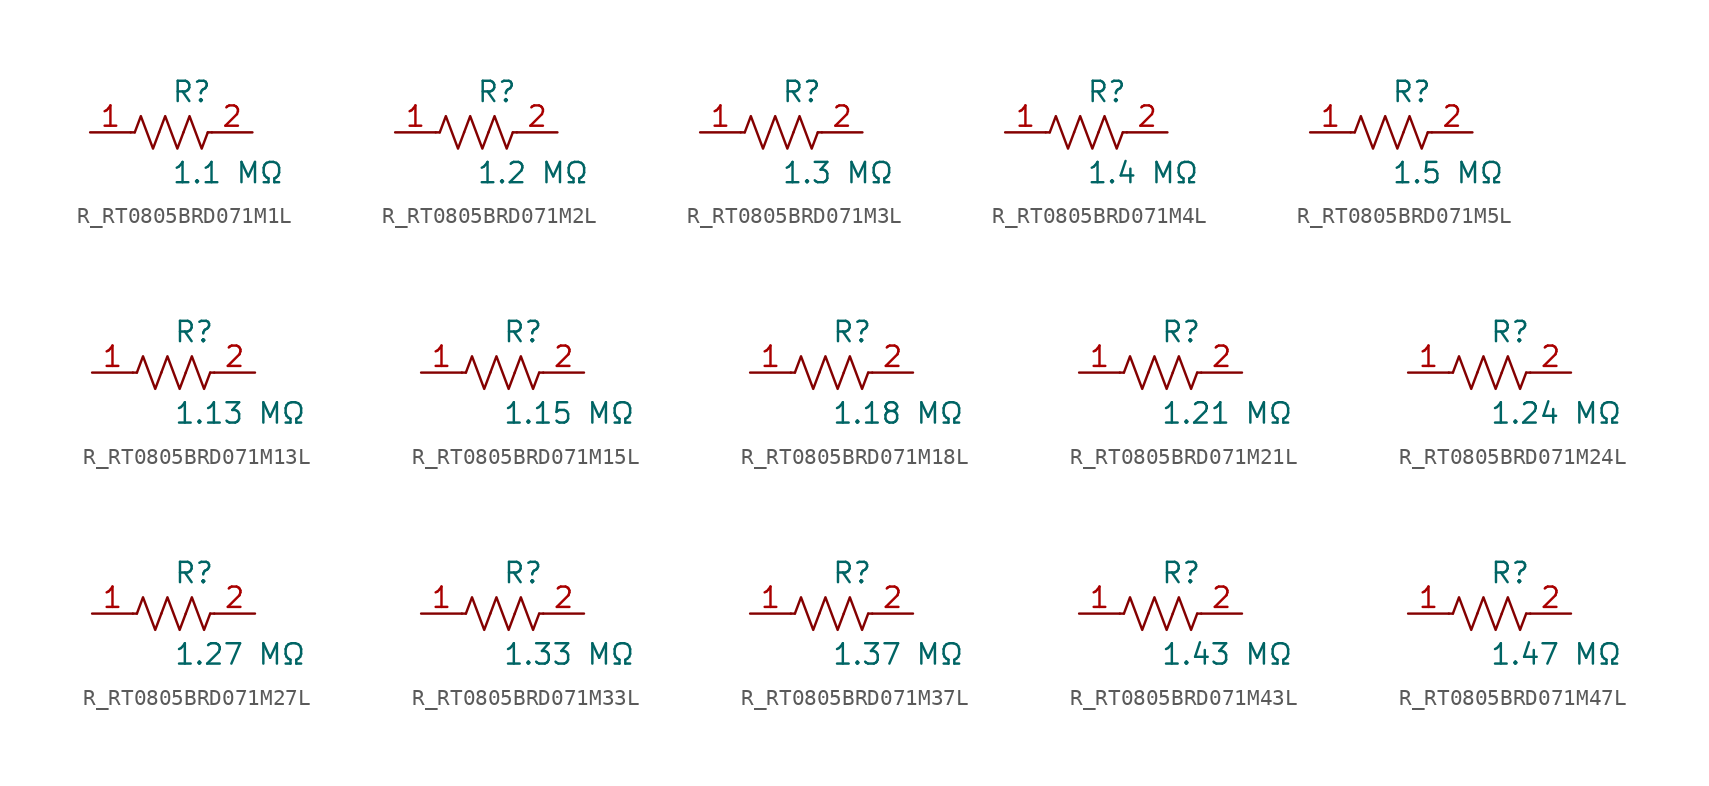
<source format=kicad_sym>
(kicad_symbol_lib
  (version 20231120)
  (generator kicad_symbol_editor)
  (generator_version 8.0)
  (symbol "R_RT0805BRD071M1L"
    (pin_names
      (offset 0.254))
    (property "Reference" "R"
      (at 0.0 2.54 0)
      (effects (font (size 1.27 1.27)) (justify left)))
    (property "Value" "1.1 MΩ"
      (at 0.0 -2.54 0)
      (effects (font (size 1.27 1.27)) (justify left)))
    (symbol "R_RT0805BRD071M1L_0_1"
      (polyline (pts (xy 2.286 0) (xy 2.54 0)) (stroke (width 0) (type default)) (fill (type none)))
      (polyline (pts (xy -2.286 0) (xy -2.54 0)) (stroke (width 0) (type default)) (fill (type none)))
      (polyline (pts (xy 0.762 0) (xy 1.143 1.016) (xy 1.524 0) (xy 1.905 -1.016) (xy 2.286 0)) (stroke (width 0) (type default)) (fill (type none)))
      (polyline (pts (xy -0.762 0) (xy -0.381 1.016) (xy 0 0) (xy 0.381 -1.016) (xy 0.762 0)) (stroke (width 0) (type default)) (fill (type none)))
      (polyline (pts (xy -2.286 0) (xy -1.905 1.016) (xy -1.524 0) (xy -1.143 -1.016) (xy -0.762 0)) (stroke (width 0) (type default)) (fill (type none))))
    (pin unspecified line
      (at -5.08 0 0)
      (length 2.54)
      (name "" (effects (font (size 1.27 1.27))))
      (number "1" (effects (font (size 1.27 1.27)))))
    (pin unspecified line
      (at 5.08 0 180)
      (length 2.54)
      (name "" (effects (font (size 1.27 1.27))))
      (number "2" (effects (font (size 1.27 1.27))))))
  (symbol "R_RT0805BRD071M2L"
    (pin_names
      (offset 0.254))
    (property "Reference" "R"
      (at 0.0 2.54 0)
      (effects (font (size 1.27 1.27)) (justify left)))
    (property "Value" "1.2 MΩ"
      (at 0.0 -2.54 0)
      (effects (font (size 1.27 1.27)) (justify left)))
    (symbol "R_RT0805BRD071M2L_0_1"
      (polyline (pts (xy 2.286 0) (xy 2.54 0)) (stroke (width 0) (type default)) (fill (type none)))
      (polyline (pts (xy -2.286 0) (xy -2.54 0)) (stroke (width 0) (type default)) (fill (type none)))
      (polyline (pts (xy 0.762 0) (xy 1.143 1.016) (xy 1.524 0) (xy 1.905 -1.016) (xy 2.286 0)) (stroke (width 0) (type default)) (fill (type none)))
      (polyline (pts (xy -0.762 0) (xy -0.381 1.016) (xy 0 0) (xy 0.381 -1.016) (xy 0.762 0)) (stroke (width 0) (type default)) (fill (type none)))
      (polyline (pts (xy -2.286 0) (xy -1.905 1.016) (xy -1.524 0) (xy -1.143 -1.016) (xy -0.762 0)) (stroke (width 0) (type default)) (fill (type none))))
    (pin unspecified line
      (at -5.08 0 0)
      (length 2.54)
      (name "" (effects (font (size 1.27 1.27))))
      (number "1" (effects (font (size 1.27 1.27)))))
    (pin unspecified line
      (at 5.08 0 180)
      (length 2.54)
      (name "" (effects (font (size 1.27 1.27))))
      (number "2" (effects (font (size 1.27 1.27))))))
  (symbol "R_RT0805BRD071M3L"
    (pin_names
      (offset 0.254))
    (property "Reference" "R"
      (at 0.0 2.54 0)
      (effects (font (size 1.27 1.27)) (justify left)))
    (property "Value" "1.3 MΩ"
      (at 0.0 -2.54 0)
      (effects (font (size 1.27 1.27)) (justify left)))
    (symbol "R_RT0805BRD071M3L_0_1"
      (polyline (pts (xy 2.286 0) (xy 2.54 0)) (stroke (width 0) (type default)) (fill (type none)))
      (polyline (pts (xy -2.286 0) (xy -2.54 0)) (stroke (width 0) (type default)) (fill (type none)))
      (polyline (pts (xy 0.762 0) (xy 1.143 1.016) (xy 1.524 0) (xy 1.905 -1.016) (xy 2.286 0)) (stroke (width 0) (type default)) (fill (type none)))
      (polyline (pts (xy -0.762 0) (xy -0.381 1.016) (xy 0 0) (xy 0.381 -1.016) (xy 0.762 0)) (stroke (width 0) (type default)) (fill (type none)))
      (polyline (pts (xy -2.286 0) (xy -1.905 1.016) (xy -1.524 0) (xy -1.143 -1.016) (xy -0.762 0)) (stroke (width 0) (type default)) (fill (type none))))
    (pin unspecified line
      (at -5.08 0 0)
      (length 2.54)
      (name "" (effects (font (size 1.27 1.27))))
      (number "1" (effects (font (size 1.27 1.27)))))
    (pin unspecified line
      (at 5.08 0 180)
      (length 2.54)
      (name "" (effects (font (size 1.27 1.27))))
      (number "2" (effects (font (size 1.27 1.27))))))
  (symbol "R_RT0805BRD071M4L"
    (pin_names
      (offset 0.254))
    (property "Reference" "R"
      (at 0.0 2.54 0)
      (effects (font (size 1.27 1.27)) (justify left)))
    (property "Value" "1.4 MΩ"
      (at 0.0 -2.54 0)
      (effects (font (size 1.27 1.27)) (justify left)))
    (symbol "R_RT0805BRD071M4L_0_1"
      (polyline (pts (xy 2.286 0) (xy 2.54 0)) (stroke (width 0) (type default)) (fill (type none)))
      (polyline (pts (xy -2.286 0) (xy -2.54 0)) (stroke (width 0) (type default)) (fill (type none)))
      (polyline (pts (xy 0.762 0) (xy 1.143 1.016) (xy 1.524 0) (xy 1.905 -1.016) (xy 2.286 0)) (stroke (width 0) (type default)) (fill (type none)))
      (polyline (pts (xy -0.762 0) (xy -0.381 1.016) (xy 0 0) (xy 0.381 -1.016) (xy 0.762 0)) (stroke (width 0) (type default)) (fill (type none)))
      (polyline (pts (xy -2.286 0) (xy -1.905 1.016) (xy -1.524 0) (xy -1.143 -1.016) (xy -0.762 0)) (stroke (width 0) (type default)) (fill (type none))))
    (pin unspecified line
      (at -5.08 0 0)
      (length 2.54)
      (name "" (effects (font (size 1.27 1.27))))
      (number "1" (effects (font (size 1.27 1.27)))))
    (pin unspecified line
      (at 5.08 0 180)
      (length 2.54)
      (name "" (effects (font (size 1.27 1.27))))
      (number "2" (effects (font (size 1.27 1.27))))))
  (symbol "R_RT0805BRD071M5L"
    (pin_names
      (offset 0.254))
    (property "Reference" "R"
      (at 0.0 2.54 0)
      (effects (font (size 1.27 1.27)) (justify left)))
    (property "Value" "1.5 MΩ"
      (at 0.0 -2.54 0)
      (effects (font (size 1.27 1.27)) (justify left)))
    (symbol "R_RT0805BRD071M5L_0_1"
      (polyline (pts (xy 2.286 0) (xy 2.54 0)) (stroke (width 0) (type default)) (fill (type none)))
      (polyline (pts (xy -2.286 0) (xy -2.54 0)) (stroke (width 0) (type default)) (fill (type none)))
      (polyline (pts (xy 0.762 0) (xy 1.143 1.016) (xy 1.524 0) (xy 1.905 -1.016) (xy 2.286 0)) (stroke (width 0) (type default)) (fill (type none)))
      (polyline (pts (xy -0.762 0) (xy -0.381 1.016) (xy 0 0) (xy 0.381 -1.016) (xy 0.762 0)) (stroke (width 0) (type default)) (fill (type none)))
      (polyline (pts (xy -2.286 0) (xy -1.905 1.016) (xy -1.524 0) (xy -1.143 -1.016) (xy -0.762 0)) (stroke (width 0) (type default)) (fill (type none))))
    (pin unspecified line
      (at -5.08 0 0)
      (length 2.54)
      (name "" (effects (font (size 1.27 1.27))))
      (number "1" (effects (font (size 1.27 1.27)))))
    (pin unspecified line
      (at 5.08 0 180)
      (length 2.54)
      (name "" (effects (font (size 1.27 1.27))))
      (number "2" (effects (font (size 1.27 1.27))))))
  (symbol "R_RT0805BRD071M13L"
    (pin_names
      (offset 0.254))
    (property "Reference" "R"
      (at 0.0 2.54 0)
      (effects (font (size 1.27 1.27)) (justify left)))
    (property "Value" "1.13 MΩ"
      (at 0.0 -2.54 0)
      (effects (font (size 1.27 1.27)) (justify left)))
    (symbol "R_RT0805BRD071M13L_0_1"
      (polyline (pts (xy 2.286 0) (xy 2.54 0)) (stroke (width 0) (type default)) (fill (type none)))
      (polyline (pts (xy -2.286 0) (xy -2.54 0)) (stroke (width 0) (type default)) (fill (type none)))
      (polyline (pts (xy 0.762 0) (xy 1.143 1.016) (xy 1.524 0) (xy 1.905 -1.016) (xy 2.286 0)) (stroke (width 0) (type default)) (fill (type none)))
      (polyline (pts (xy -0.762 0) (xy -0.381 1.016) (xy 0 0) (xy 0.381 -1.016) (xy 0.762 0)) (stroke (width 0) (type default)) (fill (type none)))
      (polyline (pts (xy -2.286 0) (xy -1.905 1.016) (xy -1.524 0) (xy -1.143 -1.016) (xy -0.762 0)) (stroke (width 0) (type default)) (fill (type none))))
    (pin unspecified line
      (at -5.08 0 0)
      (length 2.54)
      (name "" (effects (font (size 1.27 1.27))))
      (number "1" (effects (font (size 1.27 1.27)))))
    (pin unspecified line
      (at 5.08 0 180)
      (length 2.54)
      (name "" (effects (font (size 1.27 1.27))))
      (number "2" (effects (font (size 1.27 1.27))))))
  (symbol "R_RT0805BRD071M15L"
    (pin_names
      (offset 0.254))
    (property "Reference" "R"
      (at 0.0 2.54 0)
      (effects (font (size 1.27 1.27)) (justify left)))
    (property "Value" "1.15 MΩ"
      (at 0.0 -2.54 0)
      (effects (font (size 1.27 1.27)) (justify left)))
    (symbol "R_RT0805BRD071M15L_0_1"
      (polyline (pts (xy 2.286 0) (xy 2.54 0)) (stroke (width 0) (type default)) (fill (type none)))
      (polyline (pts (xy -2.286 0) (xy -2.54 0)) (stroke (width 0) (type default)) (fill (type none)))
      (polyline (pts (xy 0.762 0) (xy 1.143 1.016) (xy 1.524 0) (xy 1.905 -1.016) (xy 2.286 0)) (stroke (width 0) (type default)) (fill (type none)))
      (polyline (pts (xy -0.762 0) (xy -0.381 1.016) (xy 0 0) (xy 0.381 -1.016) (xy 0.762 0)) (stroke (width 0) (type default)) (fill (type none)))
      (polyline (pts (xy -2.286 0) (xy -1.905 1.016) (xy -1.524 0) (xy -1.143 -1.016) (xy -0.762 0)) (stroke (width 0) (type default)) (fill (type none))))
    (pin unspecified line
      (at -5.08 0 0)
      (length 2.54)
      (name "" (effects (font (size 1.27 1.27))))
      (number "1" (effects (font (size 1.27 1.27)))))
    (pin unspecified line
      (at 5.08 0 180)
      (length 2.54)
      (name "" (effects (font (size 1.27 1.27))))
      (number "2" (effects (font (size 1.27 1.27))))))
  (symbol "R_RT0805BRD071M18L"
    (pin_names
      (offset 0.254))
    (property "Reference" "R"
      (at 0.0 2.54 0)
      (effects (font (size 1.27 1.27)) (justify left)))
    (property "Value" "1.18 MΩ"
      (at 0.0 -2.54 0)
      (effects (font (size 1.27 1.27)) (justify left)))
    (symbol "R_RT0805BRD071M18L_0_1"
      (polyline (pts (xy 2.286 0) (xy 2.54 0)) (stroke (width 0) (type default)) (fill (type none)))
      (polyline (pts (xy -2.286 0) (xy -2.54 0)) (stroke (width 0) (type default)) (fill (type none)))
      (polyline (pts (xy 0.762 0) (xy 1.143 1.016) (xy 1.524 0) (xy 1.905 -1.016) (xy 2.286 0)) (stroke (width 0) (type default)) (fill (type none)))
      (polyline (pts (xy -0.762 0) (xy -0.381 1.016) (xy 0 0) (xy 0.381 -1.016) (xy 0.762 0)) (stroke (width 0) (type default)) (fill (type none)))
      (polyline (pts (xy -2.286 0) (xy -1.905 1.016) (xy -1.524 0) (xy -1.143 -1.016) (xy -0.762 0)) (stroke (width 0) (type default)) (fill (type none))))
    (pin unspecified line
      (at -5.08 0 0)
      (length 2.54)
      (name "" (effects (font (size 1.27 1.27))))
      (number "1" (effects (font (size 1.27 1.27)))))
    (pin unspecified line
      (at 5.08 0 180)
      (length 2.54)
      (name "" (effects (font (size 1.27 1.27))))
      (number "2" (effects (font (size 1.27 1.27))))))
  (symbol "R_RT0805BRD071M21L"
    (pin_names
      (offset 0.254))
    (property "Reference" "R"
      (at 0.0 2.54 0)
      (effects (font (size 1.27 1.27)) (justify left)))
    (property "Value" "1.21 MΩ"
      (at 0.0 -2.54 0)
      (effects (font (size 1.27 1.27)) (justify left)))
    (symbol "R_RT0805BRD071M21L_0_1"
      (polyline (pts (xy 2.286 0) (xy 2.54 0)) (stroke (width 0) (type default)) (fill (type none)))
      (polyline (pts (xy -2.286 0) (xy -2.54 0)) (stroke (width 0) (type default)) (fill (type none)))
      (polyline (pts (xy 0.762 0) (xy 1.143 1.016) (xy 1.524 0) (xy 1.905 -1.016) (xy 2.286 0)) (stroke (width 0) (type default)) (fill (type none)))
      (polyline (pts (xy -0.762 0) (xy -0.381 1.016) (xy 0 0) (xy 0.381 -1.016) (xy 0.762 0)) (stroke (width 0) (type default)) (fill (type none)))
      (polyline (pts (xy -2.286 0) (xy -1.905 1.016) (xy -1.524 0) (xy -1.143 -1.016) (xy -0.762 0)) (stroke (width 0) (type default)) (fill (type none))))
    (pin unspecified line
      (at -5.08 0 0)
      (length 2.54)
      (name "" (effects (font (size 1.27 1.27))))
      (number "1" (effects (font (size 1.27 1.27)))))
    (pin unspecified line
      (at 5.08 0 180)
      (length 2.54)
      (name "" (effects (font (size 1.27 1.27))))
      (number "2" (effects (font (size 1.27 1.27))))))
  (symbol "R_RT0805BRD071M24L"
    (pin_names
      (offset 0.254))
    (property "Reference" "R"
      (at 0.0 2.54 0)
      (effects (font (size 1.27 1.27)) (justify left)))
    (property "Value" "1.24 MΩ"
      (at 0.0 -2.54 0)
      (effects (font (size 1.27 1.27)) (justify left)))
    (symbol "R_RT0805BRD071M24L_0_1"
      (polyline (pts (xy 2.286 0) (xy 2.54 0)) (stroke (width 0) (type default)) (fill (type none)))
      (polyline (pts (xy -2.286 0) (xy -2.54 0)) (stroke (width 0) (type default)) (fill (type none)))
      (polyline (pts (xy 0.762 0) (xy 1.143 1.016) (xy 1.524 0) (xy 1.905 -1.016) (xy 2.286 0)) (stroke (width 0) (type default)) (fill (type none)))
      (polyline (pts (xy -0.762 0) (xy -0.381 1.016) (xy 0 0) (xy 0.381 -1.016) (xy 0.762 0)) (stroke (width 0) (type default)) (fill (type none)))
      (polyline (pts (xy -2.286 0) (xy -1.905 1.016) (xy -1.524 0) (xy -1.143 -1.016) (xy -0.762 0)) (stroke (width 0) (type default)) (fill (type none))))
    (pin unspecified line
      (at -5.08 0 0)
      (length 2.54)
      (name "" (effects (font (size 1.27 1.27))))
      (number "1" (effects (font (size 1.27 1.27)))))
    (pin unspecified line
      (at 5.08 0 180)
      (length 2.54)
      (name "" (effects (font (size 1.27 1.27))))
      (number "2" (effects (font (size 1.27 1.27))))))
  (symbol "R_RT0805BRD071M27L"
    (pin_names
      (offset 0.254))
    (property "Reference" "R"
      (at 0.0 2.54 0)
      (effects (font (size 1.27 1.27)) (justify left)))
    (property "Value" "1.27 MΩ"
      (at 0.0 -2.54 0)
      (effects (font (size 1.27 1.27)) (justify left)))
    (symbol "R_RT0805BRD071M27L_0_1"
      (polyline (pts (xy 2.286 0) (xy 2.54 0)) (stroke (width 0) (type default)) (fill (type none)))
      (polyline (pts (xy -2.286 0) (xy -2.54 0)) (stroke (width 0) (type default)) (fill (type none)))
      (polyline (pts (xy 0.762 0) (xy 1.143 1.016) (xy 1.524 0) (xy 1.905 -1.016) (xy 2.286 0)) (stroke (width 0) (type default)) (fill (type none)))
      (polyline (pts (xy -0.762 0) (xy -0.381 1.016) (xy 0 0) (xy 0.381 -1.016) (xy 0.762 0)) (stroke (width 0) (type default)) (fill (type none)))
      (polyline (pts (xy -2.286 0) (xy -1.905 1.016) (xy -1.524 0) (xy -1.143 -1.016) (xy -0.762 0)) (stroke (width 0) (type default)) (fill (type none))))
    (pin unspecified line
      (at -5.08 0 0)
      (length 2.54)
      (name "" (effects (font (size 1.27 1.27))))
      (number "1" (effects (font (size 1.27 1.27)))))
    (pin unspecified line
      (at 5.08 0 180)
      (length 2.54)
      (name "" (effects (font (size 1.27 1.27))))
      (number "2" (effects (font (size 1.27 1.27))))))
  (symbol "R_RT0805BRD071M33L"
    (pin_names
      (offset 0.254))
    (property "Reference" "R"
      (at 0.0 2.54 0)
      (effects (font (size 1.27 1.27)) (justify left)))
    (property "Value" "1.33 MΩ"
      (at 0.0 -2.54 0)
      (effects (font (size 1.27 1.27)) (justify left)))
    (symbol "R_RT0805BRD071M33L_0_1"
      (polyline (pts (xy 2.286 0) (xy 2.54 0)) (stroke (width 0) (type default)) (fill (type none)))
      (polyline (pts (xy -2.286 0) (xy -2.54 0)) (stroke (width 0) (type default)) (fill (type none)))
      (polyline (pts (xy 0.762 0) (xy 1.143 1.016) (xy 1.524 0) (xy 1.905 -1.016) (xy 2.286 0)) (stroke (width 0) (type default)) (fill (type none)))
      (polyline (pts (xy -0.762 0) (xy -0.381 1.016) (xy 0 0) (xy 0.381 -1.016) (xy 0.762 0)) (stroke (width 0) (type default)) (fill (type none)))
      (polyline (pts (xy -2.286 0) (xy -1.905 1.016) (xy -1.524 0) (xy -1.143 -1.016) (xy -0.762 0)) (stroke (width 0) (type default)) (fill (type none))))
    (pin unspecified line
      (at -5.08 0 0)
      (length 2.54)
      (name "" (effects (font (size 1.27 1.27))))
      (number "1" (effects (font (size 1.27 1.27)))))
    (pin unspecified line
      (at 5.08 0 180)
      (length 2.54)
      (name "" (effects (font (size 1.27 1.27))))
      (number "2" (effects (font (size 1.27 1.27))))))
  (symbol "R_RT0805BRD071M37L"
    (pin_names
      (offset 0.254))
    (property "Reference" "R"
      (at 0.0 2.54 0)
      (effects (font (size 1.27 1.27)) (justify left)))
    (property "Value" "1.37 MΩ"
      (at 0.0 -2.54 0)
      (effects (font (size 1.27 1.27)) (justify left)))
    (symbol "R_RT0805BRD071M37L_0_1"
      (polyline (pts (xy 2.286 0) (xy 2.54 0)) (stroke (width 0) (type default)) (fill (type none)))
      (polyline (pts (xy -2.286 0) (xy -2.54 0)) (stroke (width 0) (type default)) (fill (type none)))
      (polyline (pts (xy 0.762 0) (xy 1.143 1.016) (xy 1.524 0) (xy 1.905 -1.016) (xy 2.286 0)) (stroke (width 0) (type default)) (fill (type none)))
      (polyline (pts (xy -0.762 0) (xy -0.381 1.016) (xy 0 0) (xy 0.381 -1.016) (xy 0.762 0)) (stroke (width 0) (type default)) (fill (type none)))
      (polyline (pts (xy -2.286 0) (xy -1.905 1.016) (xy -1.524 0) (xy -1.143 -1.016) (xy -0.762 0)) (stroke (width 0) (type default)) (fill (type none))))
    (pin unspecified line
      (at -5.08 0 0)
      (length 2.54)
      (name "" (effects (font (size 1.27 1.27))))
      (number "1" (effects (font (size 1.27 1.27)))))
    (pin unspecified line
      (at 5.08 0 180)
      (length 2.54)
      (name "" (effects (font (size 1.27 1.27))))
      (number "2" (effects (font (size 1.27 1.27))))))
  (symbol "R_RT0805BRD071M43L"
    (pin_names
      (offset 0.254))
    (property "Reference" "R"
      (at 0.0 2.54 0)
      (effects (font (size 1.27 1.27)) (justify left)))
    (property "Value" "1.43 MΩ"
      (at 0.0 -2.54 0)
      (effects (font (size 1.27 1.27)) (justify left)))
    (symbol "R_RT0805BRD071M43L_0_1"
      (polyline (pts (xy 2.286 0) (xy 2.54 0)) (stroke (width 0) (type default)) (fill (type none)))
      (polyline (pts (xy -2.286 0) (xy -2.54 0)) (stroke (width 0) (type default)) (fill (type none)))
      (polyline (pts (xy 0.762 0) (xy 1.143 1.016) (xy 1.524 0) (xy 1.905 -1.016) (xy 2.286 0)) (stroke (width 0) (type default)) (fill (type none)))
      (polyline (pts (xy -0.762 0) (xy -0.381 1.016) (xy 0 0) (xy 0.381 -1.016) (xy 0.762 0)) (stroke (width 0) (type default)) (fill (type none)))
      (polyline (pts (xy -2.286 0) (xy -1.905 1.016) (xy -1.524 0) (xy -1.143 -1.016) (xy -0.762 0)) (stroke (width 0) (type default)) (fill (type none))))
    (pin unspecified line
      (at -5.08 0 0)
      (length 2.54)
      (name "" (effects (font (size 1.27 1.27))))
      (number "1" (effects (font (size 1.27 1.27)))))
    (pin unspecified line
      (at 5.08 0 180)
      (length 2.54)
      (name "" (effects (font (size 1.27 1.27))))
      (number "2" (effects (font (size 1.27 1.27))))))
  (symbol "R_RT0805BRD071M47L"
    (pin_names
      (offset 0.254))
    (property "Reference" "R"
      (at 0.0 2.54 0)
      (effects (font (size 1.27 1.27)) (justify left)))
    (property "Value" "1.47 MΩ"
      (at 0.0 -2.54 0)
      (effects (font (size 1.27 1.27)) (justify left)))
    (symbol "R_RT0805BRD071M47L_0_1"
      (polyline (pts (xy 2.286 0) (xy 2.54 0)) (stroke (width 0) (type default)) (fill (type none)))
      (polyline (pts (xy -2.286 0) (xy -2.54 0)) (stroke (width 0) (type default)) (fill (type none)))
      (polyline (pts (xy 0.762 0) (xy 1.143 1.016) (xy 1.524 0) (xy 1.905 -1.016) (xy 2.286 0)) (stroke (width 0) (type default)) (fill (type none)))
      (polyline (pts (xy -0.762 0) (xy -0.381 1.016) (xy 0 0) (xy 0.381 -1.016) (xy 0.762 0)) (stroke (width 0) (type default)) (fill (type none)))
      (polyline (pts (xy -2.286 0) (xy -1.905 1.016) (xy -1.524 0) (xy -1.143 -1.016) (xy -0.762 0)) (stroke (width 0) (type default)) (fill (type none))))
    (pin unspecified line
      (at -5.08 0 0)
      (length 2.54)
      (name "" (effects (font (size 1.27 1.27))))
      (number "1" (effects (font (size 1.27 1.27)))))
    (pin unspecified line
      (at 5.08 0 180)
      (length 2.54)
      (name "" (effects (font (size 1.27 1.27))))
      (number "2" (effects (font (size 1.27 1.27)))))))
</source>
